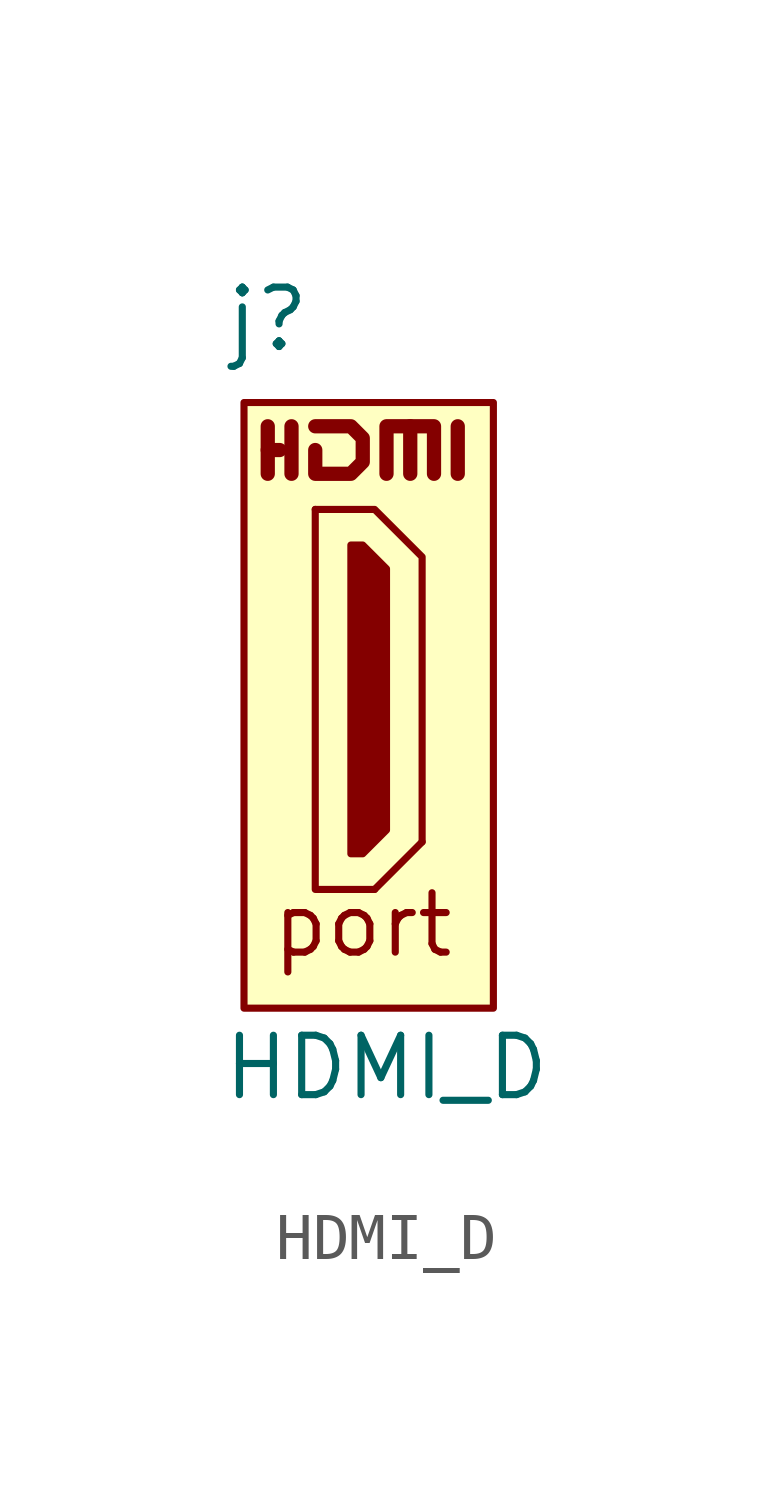
<source format=kicad_sym>
(kicad_symbol_lib
  (version 20231120)
  (generator "kicad_symbol_editor")
  (generator_version "8.0")
  (symbol "HDMI_D"
    (pin_names
      (offset 1.016))
    (property "Reference" "j"
      (at 0.508 1.778 0)
      (effects (font (size 1.27 1.27))))
    (property "Value" "HDMI_D"
      (at 3.048 -14.224 0)
      (effects (font (size 1.27 1.27))))
    (symbol "HDMI_D_0_0"
      (text "port" (at 2.54 -11.176 0) (effects (font (size 1.27 1.27)))))
    (symbol "HDMI_D_0_1"
      (polyline (pts (xy 0.508 -0.508) (xy 0.508 -1.524)) (stroke (width 0.305) (type solid)) (fill (type none)))
      (polyline (pts (xy 0.762 -1.016) (xy 0.508 -1.016)) (stroke (width 0.305) (type solid)) (fill (type none)))
      (polyline (pts (xy 1.016 -0.508) (xy 1.016 -1.524)) (stroke (width 0.305) (type solid)) (fill (type none)))
      (polyline (pts (xy 2.794 -10.414) (xy 3.81 -9.398)) (stroke (width 0) (type solid)) (fill (type none)))
      (polyline (pts (xy 4.572 -0.508) (xy 4.572 -1.524)) (stroke (width 0.305) (type solid)) (fill (type none)))
      (polyline (pts (xy 2.794 -10.414) (xy 1.524 -10.414) (xy 1.524 -2.286)) (stroke (width 0) (type solid)) (fill (type none)))
      (polyline (pts (xy 1.524 -2.286) (xy 2.794 -2.286) (xy 3.81 -3.302) (xy 3.81 -9.398)) (stroke (width 0) (type solid)) (fill (type none)))
      (polyline (pts (xy 3.048 -1.524) (xy 3.048 -0.508) (xy 3.556 -0.508) (xy 3.556 -1.524)) (stroke (width 0.305) (type solid)) (fill (type none)))
      (polyline (pts (xy 3.556 -0.508) (xy 3.81 -0.508) (xy 4.064 -0.508) (xy 4.064 -1.524)) (stroke (width 0.305) (type solid)) (fill (type none)))
      (polyline (pts (xy 1.524 -1.016) (xy 1.524 -1.524) (xy 2.286 -1.524) (xy 2.54 -1.27) (xy 2.54 -0.762) (xy 2.286 -0.508) (xy 1.524 -0.508)) (stroke (width 0.305) (type solid)) (fill (type none)))
      (polyline (pts (xy 2.286 -3.048) (xy 2.286 -9.652) (xy 2.54 -9.652) (xy 2.794 -9.398) (xy 3.048 -9.144) (xy 3.048 -3.556) (xy 2.54 -3.048) (xy 2.286 -3.048)) (stroke (width 0) (type solid)) (fill (type outline)))
      (rectangle (start 0 0) (end 5.334 -12.954) (stroke (width 0) (type solid)) (fill (type background))))))
</source>
